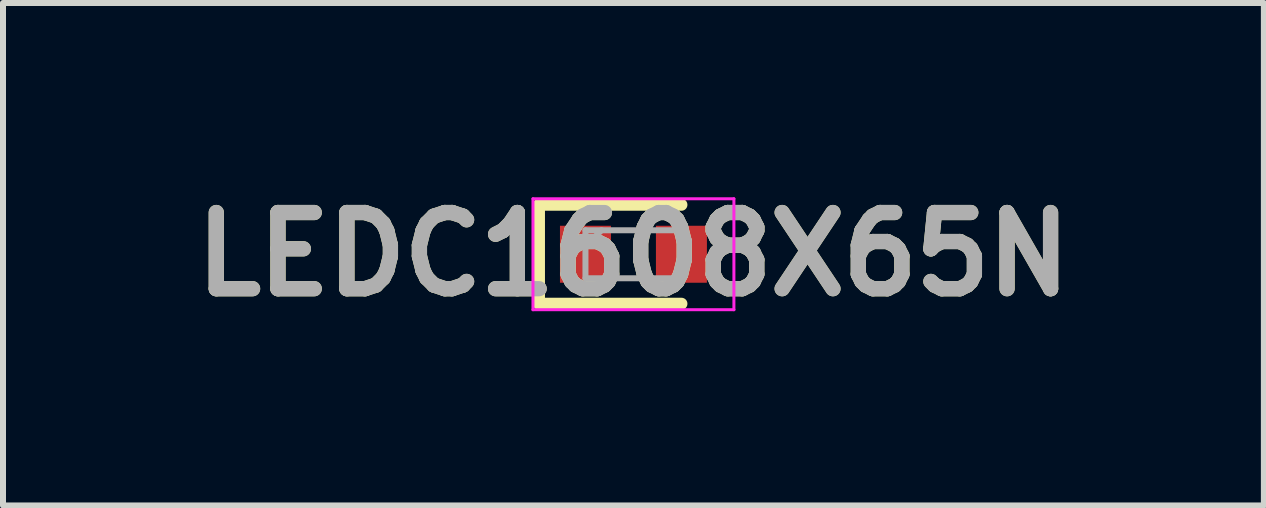
<source format=kicad_pcb>
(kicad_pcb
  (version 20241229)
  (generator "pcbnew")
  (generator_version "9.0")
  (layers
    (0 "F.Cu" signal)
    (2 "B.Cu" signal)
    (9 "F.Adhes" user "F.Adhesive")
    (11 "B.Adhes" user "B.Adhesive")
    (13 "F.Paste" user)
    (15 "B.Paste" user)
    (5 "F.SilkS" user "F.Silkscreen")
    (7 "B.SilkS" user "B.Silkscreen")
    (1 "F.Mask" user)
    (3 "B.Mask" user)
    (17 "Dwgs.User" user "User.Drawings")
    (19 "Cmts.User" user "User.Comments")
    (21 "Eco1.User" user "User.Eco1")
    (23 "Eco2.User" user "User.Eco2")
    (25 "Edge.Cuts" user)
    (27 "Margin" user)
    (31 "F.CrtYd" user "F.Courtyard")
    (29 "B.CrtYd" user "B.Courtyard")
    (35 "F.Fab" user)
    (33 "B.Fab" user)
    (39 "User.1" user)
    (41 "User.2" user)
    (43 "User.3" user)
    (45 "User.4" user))
  (footprint "LEDC1608X65N"
    (layer "F.Cu")
    (at 7.511 1.189)
    (property "Reference" "LEDC1608X65N" (at 0 0 0) (layer "F.SilkS") (effects (font (size 1.27 1.27) (thickness 0.254))))
    (attr smd)
    (fp_line (start -1.575 -0.825) (end -1.575 0.825) (stroke (width 0.2) (type solid)) (layer "F.SilkS"))
    (fp_line (start -1.575 0.825) (end 0.8 0.825) (stroke (width 0.2) (type solid)) (layer "F.SilkS"))
    (fp_line (start 0.8 -0.825) (end -1.575 -0.825) (stroke (width 0.2) (type solid)) (layer "F.SilkS"))
    (fp_line (start -1.675 -0.925) (end 1.675 -0.925) (stroke (width 0.05) (type solid)) (layer "F.CrtYd"))
    (fp_line (start -1.675 0.925) (end -1.675 -0.925) (stroke (width 0.05) (type solid)) (layer "F.CrtYd"))
    (fp_line (start 1.675 -0.925) (end 1.675 0.925) (stroke (width 0.05) (type solid)) (layer "F.CrtYd"))
    (fp_line (start 1.675 0.925) (end -1.675 0.925) (stroke (width 0.05) (type solid)) (layer "F.CrtYd"))
    (fp_line (start -0.8 -0.4) (end 0.8 -0.4) (stroke (width 0.1) (type solid)) (layer "F.Fab"))
    (fp_line (start -0.8 -0.133) (end -0.533 -0.4) (stroke (width 0.1) (type solid)) (layer "F.Fab"))
    (fp_line (start -0.8 0.4) (end -0.8 -0.4) (stroke (width 0.1) (type solid)) (layer "F.Fab"))
    (fp_line (start 0.8 -0.4) (end 0.8 0.4) (stroke (width 0.1) (type solid)) (layer "F.Fab"))
    (fp_line (start 0.8 0.4) (end -0.8 0.4) (stroke (width 0.1) (type solid)) (layer "F.Fab"))
    (fp_text user "${REFERENCE}" (at 0 0 0) (layer "F.Fab") (effects (font (size 1.27 1.27) (thickness 0.254))))
    (pad "1" smd rect (at -0.8 0) (size 0.85 0.95) (layers "F.Cu" "F.Mask" "F.Paste"))
    (pad "2" smd rect (at 0.8 0) (size 0.85 0.95) (layers "F.Cu" "F.Mask" "F.Paste")))
  (gr_rect
    (start -3 -3)
    (end 18.022 5.377)
    (stroke (width 0.1) (type default))
    (fill no)
    (layer "Edge.Cuts")))
</source>
